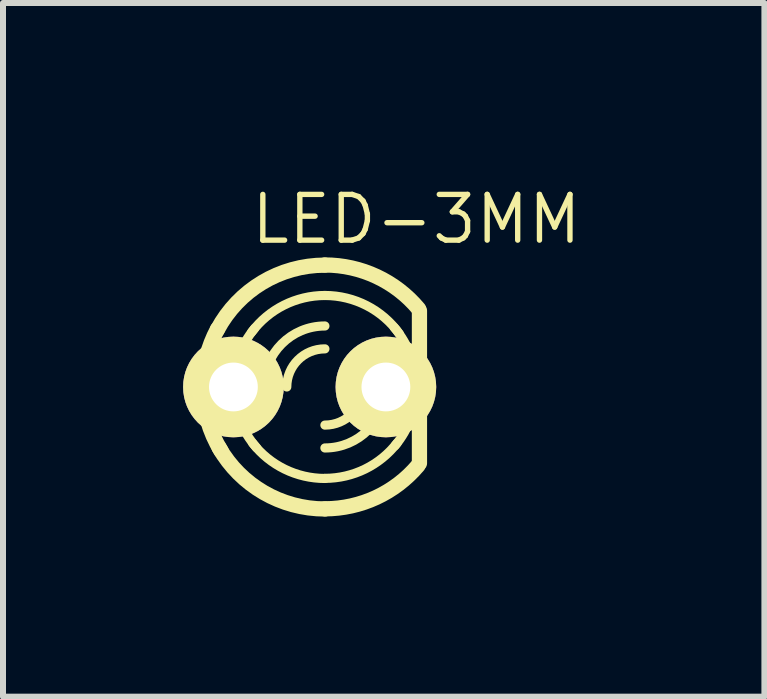
<source format=kicad_pcb>
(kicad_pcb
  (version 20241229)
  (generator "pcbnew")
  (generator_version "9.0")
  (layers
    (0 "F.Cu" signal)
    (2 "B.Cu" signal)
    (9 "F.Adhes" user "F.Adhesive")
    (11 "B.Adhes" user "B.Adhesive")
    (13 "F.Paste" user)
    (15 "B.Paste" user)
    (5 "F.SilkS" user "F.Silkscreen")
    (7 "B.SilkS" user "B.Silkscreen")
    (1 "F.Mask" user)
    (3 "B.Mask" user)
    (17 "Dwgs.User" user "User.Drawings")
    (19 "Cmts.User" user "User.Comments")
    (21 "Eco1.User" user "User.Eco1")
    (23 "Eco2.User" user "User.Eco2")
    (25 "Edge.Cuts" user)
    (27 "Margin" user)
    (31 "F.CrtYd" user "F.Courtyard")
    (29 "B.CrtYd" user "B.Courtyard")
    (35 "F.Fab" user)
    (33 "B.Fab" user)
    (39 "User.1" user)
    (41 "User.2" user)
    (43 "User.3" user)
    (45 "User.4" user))
  (footprint "LED-3MM"
    (layer "F.Cu")
    (at 2.108 3.396)
    (property "Reference" "LED-3MM" (at 1.778 -2.794 0) (layer "F.SilkS") (effects (font (size 0.762 0.762) (thickness 0.089))))
    (attr through_hole)
    (fp_line (start 1.829 1.27) (end 1.829 -1.27) (stroke (width 0.254) (type solid)) (layer "F.SilkS"))
    (fp_arc (start -1.778 0) (mid -1.716347 -0.496745) (end -1.53513 -0.963347) (stroke (width 0.254) (type solid)) (layer "F.SilkS"))
    (fp_arc (start -1.5367 -0.95504) (mid -0.790567 -1.739997) (end 0.253025 -2.02946) (stroke (width 0.254) (type solid)) (layer "F.SilkS"))
    (fp_arc (start -1.47574 1.06426) (mid -1.700164 0.553076) (end -1.776923 0.0001) (stroke (width 0.254) (type solid)) (layer "F.SilkS"))
    (fp_arc (start -1.27 0) (mid -1.178999 -0.518738) (end -0.916864 -0.975527) (stroke (width 0.1524) (type solid)) (layer "F.SilkS"))
    (fp_arc (start -0.9652 -0.9144) (mid -0.427912 -1.362928) (end 0.253199 -1.524) (stroke (width 0.1524) (type solid)) (layer "F.SilkS"))
    (fp_arc (start -0.88392 1.01092) (mid -1.168742 0.540951) (end -1.268111 0.000469) (stroke (width 0.1524) (type solid)) (layer "F.SilkS"))
    (fp_arc (start -0.762 0) (mid -0.46442 -0.71842) (end 0.254 -1.016) (stroke (width 0.1524) (type solid)) (layer "F.SilkS"))
    (fp_arc (start -0.381 0) (mid -0.195013 -0.449013) (end 0.254 -0.635) (stroke (width 0.1524) (type solid)) (layer "F.SilkS"))
    (fp_arc (start 0.254 -2.032) (mid 1.114367 -1.840867) (end 1.81288 -1.303426) (stroke (width 0.254) (type solid)) (layer "F.SilkS"))
    (fp_arc (start 0.254 -1.524) (mid 0.950618 -1.35547) (end 1.493166 -0.887155) (stroke (width 0.1524) (type solid)) (layer "F.SilkS"))
    (fp_arc (start 0.254 1.524) (mid -0.415273 1.369179) (end -0.948564 0.936171) (stroke (width 0.1524) (type solid)) (layer "F.SilkS"))
    (fp_arc (start 0.254 2.032) (mid -0.76507 1.757988) (end -1.509299 1.009851) (stroke (width 0.254) (type solid)) (layer "F.SilkS"))
    (fp_arc (start 0.889 0) (mid 0.703013 0.449013) (end 0.254 0.635) (stroke (width 0.1524) (type solid)) (layer "F.SilkS"))
    (fp_arc (start 1.27 0) (mid 0.97242 0.71842) (end 0.254 1.016) (stroke (width 0.1524) (type solid)) (layer "F.SilkS"))
    (fp_arc (start 1.4097 -0.9906) (mid 1.681593 -0.528119) (end 1.776147 -0.000034) (stroke (width 0.1524) (type solid)) (layer "F.SilkS"))
    (fp_arc (start 1.45542 0.93472) (mid 0.922882 1.367373) (end 0.254442 1.522206) (stroke (width 0.1524) (type solid)) (layer "F.SilkS"))
    (fp_arc (start 1.778 0) (mid 1.686999 0.518738) (end 1.424864 0.975527) (stroke (width 0.1524) (type solid)) (layer "F.SilkS"))
    (fp_arc (start 1.8034 1.31064) (mid 1.109154 1.840416) (end 0.256552 2.029387) (stroke (width 0.254) (type solid)) (layer "F.SilkS"))
    (pad "1" thru_hole circle (at -1.27 0) (size 1.676 1.676) (drill 0.813) (layers "*.Cu" "*.Mask" "F.SilkS"))
    (pad "2" thru_hole circle (at 1.27 0) (size 1.676 1.676) (drill 0.813) (layers "*.Cu" "*.Mask" "F.SilkS")))
  (gr_rect
    (start -3 -3)
    (end 9.683 8.555)
    (stroke (width 0.1) (type default))
    (fill no)
    (layer "Edge.Cuts")))
</source>
